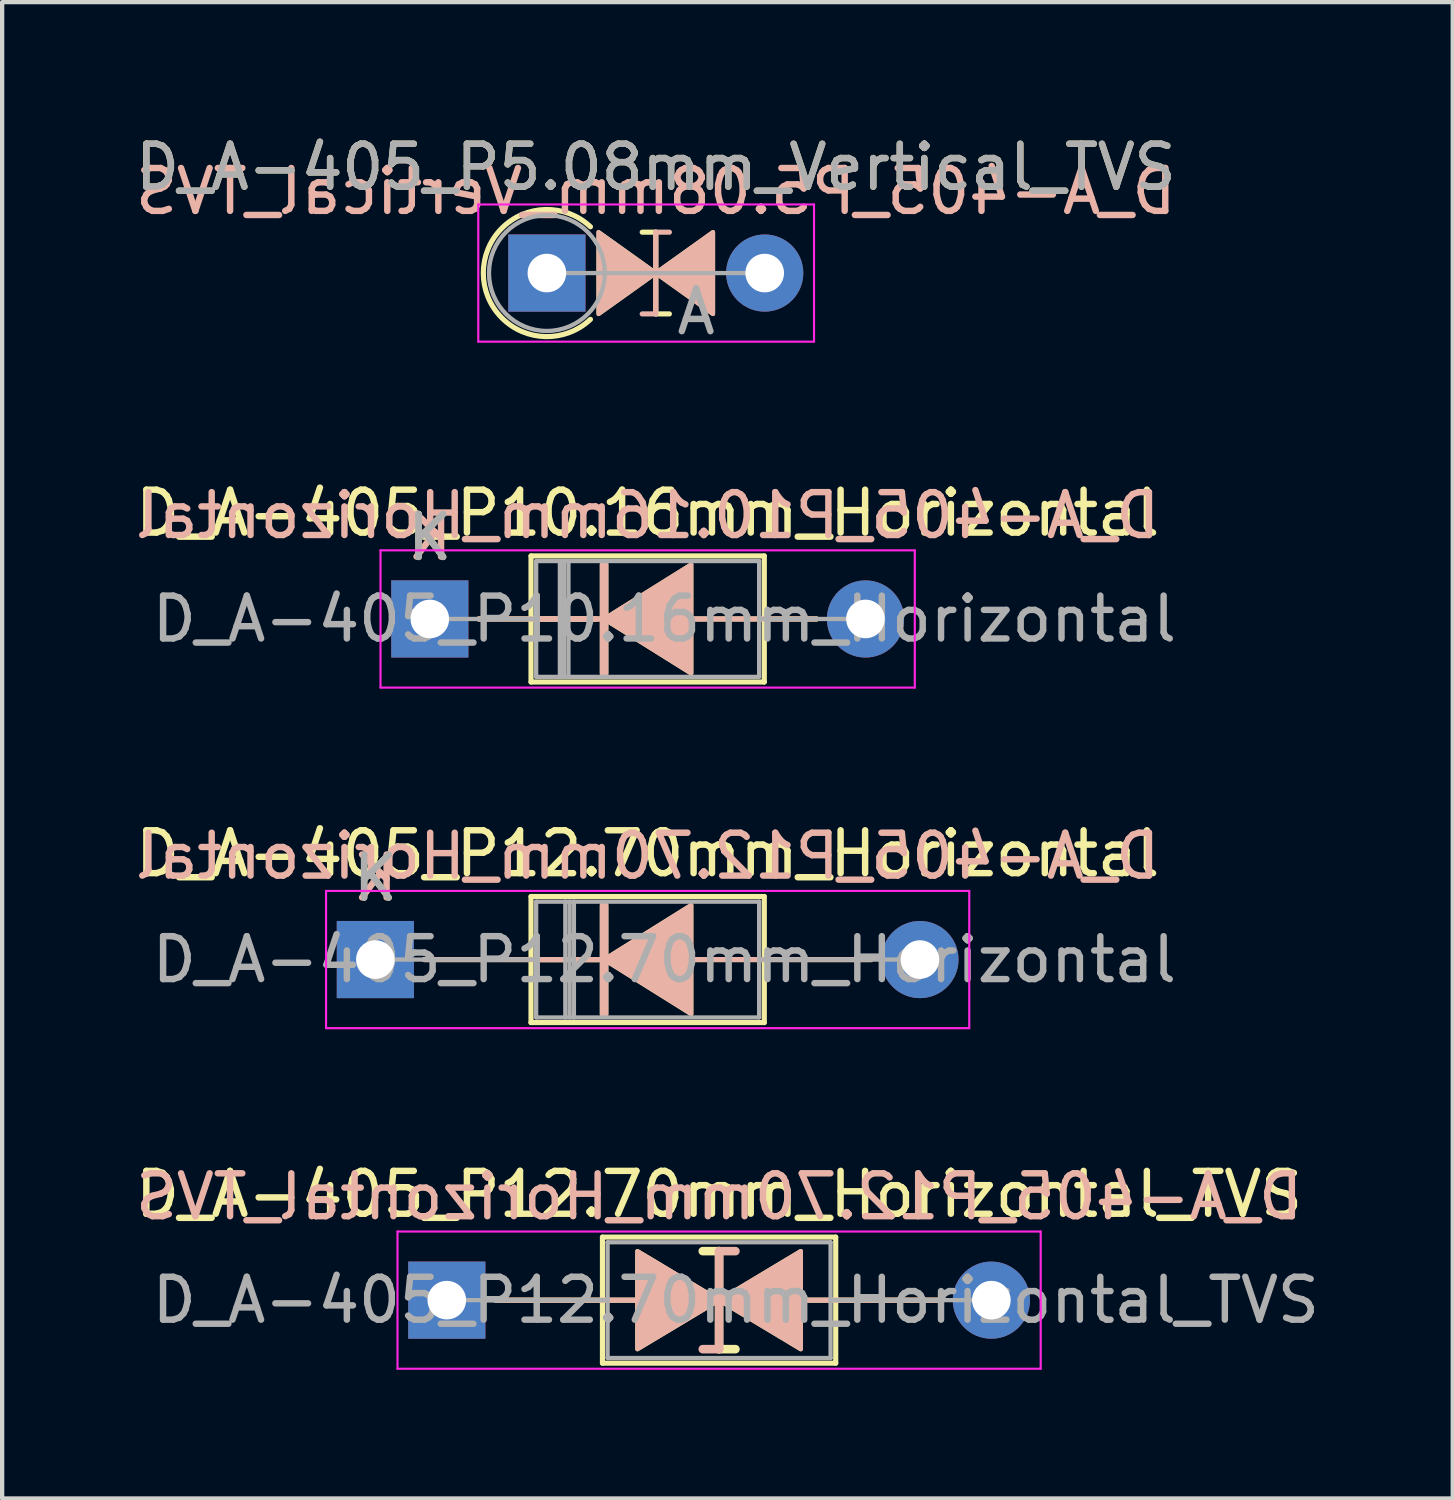
<source format=kicad_pcb>
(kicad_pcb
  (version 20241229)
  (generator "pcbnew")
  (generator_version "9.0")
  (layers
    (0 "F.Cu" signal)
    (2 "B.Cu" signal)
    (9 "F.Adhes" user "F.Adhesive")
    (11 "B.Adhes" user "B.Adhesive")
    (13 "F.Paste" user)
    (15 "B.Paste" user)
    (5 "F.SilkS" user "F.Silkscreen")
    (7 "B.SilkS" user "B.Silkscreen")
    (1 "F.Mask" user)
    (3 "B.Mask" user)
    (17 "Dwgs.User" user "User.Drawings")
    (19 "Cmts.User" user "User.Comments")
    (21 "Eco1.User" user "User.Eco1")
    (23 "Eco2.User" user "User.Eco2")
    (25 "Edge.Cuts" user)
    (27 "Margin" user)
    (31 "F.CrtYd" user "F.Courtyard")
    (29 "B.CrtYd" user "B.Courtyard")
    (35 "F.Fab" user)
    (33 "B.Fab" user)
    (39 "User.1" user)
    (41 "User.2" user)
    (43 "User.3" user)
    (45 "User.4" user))
  (footprint "D_A-405_P5.08mm_Vertical_TVS"
    (layer "F.Cu")
    (at 9.704 3.318)
    (property "Reference" "D_A-405_P5.08mm_Vertical_TVS" (at 2.54 -2.47 0) (layer "F.SilkS") (effects (font (size 1 1) (thickness 0.15))))
    (fp_line (start 2.223 -0.953) (end 2.54 -0.953) (stroke (width 0.12) (type solid)) (layer "F.SilkS"))
    (fp_line (start 2.54 -0.953) (end 2.54 0.953) (stroke (width 0.12) (type solid)) (layer "F.SilkS"))
    (fp_line (start 2.54 0.953) (end 2.857 0.953) (stroke (width 0.12) (type solid)) (layer "F.SilkS"))
    (fp_arc (start 1.016 1.0795) (mid -1.482422 0) (end 1.016 -1.0795) (stroke (width 0.12) (type solid)) (layer "F.SilkS"))
    (fp_poly (pts (xy 1.206 -0.953) (xy 2.54 0) (xy 1.206 0.953)) (stroke (width 0.1) (type solid)) (fill yes) (layer "F.SilkS"))
    (fp_poly (pts (xy 3.873 0.953) (xy 2.54 0) (xy 3.873 -0.953)) (stroke (width 0.1) (type solid)) (fill yes) (layer "F.SilkS"))
    (fp_line (start 2.223 0.953) (end 2.54 0.953) (stroke (width 0.12) (type solid)) (layer "B.SilkS"))
    (fp_line (start 2.54 -0.953) (end 2.857 -0.953) (stroke (width 0.12) (type solid)) (layer "B.SilkS"))
    (fp_line (start 2.54 0.953) (end 2.54 -0.953) (stroke (width 0.12) (type solid)) (layer "B.SilkS"))
    (fp_poly (pts (xy 1.206 0.953) (xy 2.54 0) (xy 1.206 -0.953)) (stroke (width 0.1) (type solid)) (fill yes) (layer "B.SilkS"))
    (fp_poly (pts (xy 3.873 -0.953) (xy 2.54 0) (xy 3.873 0.953)) (stroke (width 0.1) (type solid)) (fill yes) (layer "B.SilkS"))
    (fp_line (start -1.6 -1.6) (end -1.6 1.6) (stroke (width 0.05) (type solid)) (layer "F.CrtYd"))
    (fp_line (start -1.6 1.6) (end 6.23 1.6) (stroke (width 0.05) (type solid)) (layer "F.CrtYd"))
    (fp_line (start 6.23 -1.6) (end -1.6 -1.6) (stroke (width 0.05) (type solid)) (layer "F.CrtYd"))
    (fp_line (start 6.23 1.6) (end 6.23 -1.6) (stroke (width 0.05) (type solid)) (layer "F.CrtYd"))
    (fp_line (start 0 0) (end 5.08 0) (stroke (width 0.1) (type solid)) (layer "F.Fab"))
    (fp_circle (center 0 0) (end 1.35 0) (stroke (width 0.1) (type solid)) (fill no) (layer "F.Fab"))
    (fp_text user "${REFERENCE}" (at 2.54 -1.905 0) (layer "B.SilkS") (effects (font (size 1 1) (thickness 0.15)) (justify mirror)))
    (fp_text user "${REFERENCE}" (at 2.54 -2.47 0) (layer "F.Fab") (effects (font (size 1 1) (thickness 0.15))))
    (fp_text user "A" (at 3.48 0.9 0) (layer "F.Fab") (effects (font (size 1 1) (thickness 0.15))))
    (pad "1" thru_hole rect (at 0 0) (size 1.8 1.8) (drill 0.9) (layers "*.Cu" "*.Mask"))
    (pad "2" thru_hole oval (at 5.08 0) (size 1.8 1.8) (drill 0.9) (layers "*.Cu" "*.Mask")))
  (footprint "D_A-405_P12.70mm_Horizontal"
    (layer "F.Cu")
    (at 5.704 19.328)
    (property "Reference" "D_A-405_P12.70mm_Horizontal" (at 6.35 -2.47 0) (layer "F.SilkS") (effects (font (size 1 1) (thickness 0.15))))
    (fp_line (start 1.14 0) (end 3.63 0) (stroke (width 0.12) (type solid)) (layer "F.SilkS"))
    (fp_line (start 3.63 -1.47) (end 3.63 1.47) (stroke (width 0.12) (type solid)) (layer "F.SilkS"))
    (fp_line (start 3.63 0) (end 5.2 0) (stroke (width 0.12) (type solid)) (layer "F.SilkS"))
    (fp_line (start 3.63 1.47) (end 9.07 1.47) (stroke (width 0.12) (type solid)) (layer "F.SilkS"))
    (fp_line (start 5.334 -1.27) (end 5.334 1.27) (stroke (width 0.2) (type solid)) (layer "F.SilkS"))
    (fp_line (start 5.334 0) (end 3.8 0) (stroke (width 0.12) (type solid)) (layer "F.SilkS"))
    (fp_line (start 9.07 -1.47) (end 3.63 -1.47) (stroke (width 0.12) (type solid)) (layer "F.SilkS"))
    (fp_line (start 9.07 0) (end 7.429 0) (stroke (width 0.12) (type solid)) (layer "F.SilkS"))
    (fp_line (start 9.07 1.47) (end 9.07 -1.47) (stroke (width 0.12) (type solid)) (layer "F.SilkS"))
    (fp_line (start 11.56 0) (end 9.07 0) (stroke (width 0.12) (type solid)) (layer "F.SilkS"))
    (fp_poly (pts (xy 7.366 1.27) (xy 5.334 0) (xy 7.366 -1.27)) (stroke (width 0.1) (type solid)) (fill yes) (layer "F.SilkS"))
    (fp_line (start 1.14 0) (end 3.63 0) (stroke (width 0.12) (type solid)) (layer "B.SilkS"))
    (fp_line (start 3.63 0) (end 5.2 0) (stroke (width 0.12) (type solid)) (layer "B.SilkS"))
    (fp_line (start 5.334 0) (end 3.8 0) (stroke (width 0.12) (type solid)) (layer "B.SilkS"))
    (fp_line (start 5.334 1.27) (end 5.334 -1.27) (stroke (width 0.2) (type solid)) (layer "B.SilkS"))
    (fp_line (start 9.07 0) (end 7.429 0) (stroke (width 0.12) (type solid)) (layer "B.SilkS"))
    (fp_line (start 11.56 0) (end 9.07 0) (stroke (width 0.12) (type solid)) (layer "B.SilkS"))
    (fp_poly (pts (xy 7.366 -1.27) (xy 5.334 0) (xy 7.366 1.27)) (stroke (width 0.1) (type solid)) (fill yes) (layer "B.SilkS"))
    (fp_line (start -1.15 -1.6) (end -1.15 1.6) (stroke (width 0.05) (type solid)) (layer "F.CrtYd"))
    (fp_line (start -1.15 1.6) (end 13.85 1.6) (stroke (width 0.05) (type solid)) (layer "F.CrtYd"))
    (fp_line (start 13.85 -1.6) (end -1.15 -1.6) (stroke (width 0.05) (type solid)) (layer "F.CrtYd"))
    (fp_line (start 13.85 1.6) (end 13.85 -1.6) (stroke (width 0.05) (type solid)) (layer "F.CrtYd"))
    (fp_line (start 0 0) (end 3.75 0) (stroke (width 0.1) (type solid)) (layer "F.Fab"))
    (fp_line (start 3.75 -1.35) (end 3.75 1.35) (stroke (width 0.1) (type solid)) (layer "F.Fab"))
    (fp_line (start 3.75 1.35) (end 8.95 1.35) (stroke (width 0.1) (type solid)) (layer "F.Fab"))
    (fp_line (start 4.43 -1.35) (end 4.43 1.35) (stroke (width 0.1) (type solid)) (layer "F.Fab"))
    (fp_line (start 4.53 -1.35) (end 4.53 1.35) (stroke (width 0.1) (type solid)) (layer "F.Fab"))
    (fp_line (start 4.63 -1.35) (end 4.63 1.35) (stroke (width 0.1) (type solid)) (layer "F.Fab"))
    (fp_line (start 8.95 -1.35) (end 3.75 -1.35) (stroke (width 0.1) (type solid)) (layer "F.Fab"))
    (fp_line (start 8.95 1.35) (end 8.95 -1.35) (stroke (width 0.1) (type solid)) (layer "F.Fab"))
    (fp_line (start 12.7 0) (end 8.95 0) (stroke (width 0.1) (type solid)) (layer "F.Fab"))
    (fp_text user "K" (at 0 -1.9 0) (layer "F.SilkS") (effects (font (size 1 1) (thickness 0.15))))
    (fp_text user "${REFERENCE}" (at 6.35 -2.413 0) (layer "B.SilkS") (effects (font (size 1 1) (thickness 0.15)) (justify mirror)))
    (fp_text user "K" (at 0 -1.905 0) (layer "B.SilkS") (effects (font (size 1 1) (thickness 0.15)) (justify mirror)))
    (fp_text user "${REFERENCE}" (at 6.74 0 0) (layer "F.Fab") (effects (font (size 1 1) (thickness 0.15))))
    (fp_text user "K" (at 0 -1.9 0) (layer "F.Fab") (effects (font (size 1 1) (thickness 0.15))))
    (pad "1" thru_hole rect (at 0 0) (size 1.8 1.8) (drill 0.9) (layers "*.Cu" "*.Mask"))
    (pad "2" thru_hole oval (at 12.7 0) (size 1.8 1.8) (drill 0.9) (layers "*.Cu" "*.Mask")))
  (footprint "D_A-405_P10.16mm_Horizontal"
    (layer "F.Cu")
    (at 6.974 11.385)
    (property "Reference" "D_A-405_P10.16mm_Horizontal" (at 5.08 -2.47 0) (layer "F.SilkS") (effects (font (size 1 1) (thickness 0.15))))
    (fp_line (start 1.14 0) (end 2.36 0) (stroke (width 0.12) (type solid)) (layer "F.SilkS"))
    (fp_line (start 2.36 -1.47) (end 2.36 1.47) (stroke (width 0.12) (type solid)) (layer "F.SilkS"))
    (fp_line (start 2.36 1.47) (end 7.8 1.47) (stroke (width 0.12) (type solid)) (layer "F.SilkS"))
    (fp_line (start 2.54 0) (end 4.064 0) (stroke (width 0.12) (type solid)) (layer "F.SilkS"))
    (fp_line (start 3.87 0) (end 2.36 0) (stroke (width 0.12) (type solid)) (layer "F.SilkS"))
    (fp_line (start 4.064 -1.27) (end 4.064 1.27) (stroke (width 0.2) (type solid)) (layer "F.SilkS"))
    (fp_line (start 7.8 -1.47) (end 2.36 -1.47) (stroke (width 0.12) (type solid)) (layer "F.SilkS"))
    (fp_line (start 7.8 0) (end 6.096 0) (stroke (width 0.12) (type solid)) (layer "F.SilkS"))
    (fp_line (start 7.8 1.47) (end 7.8 -1.47) (stroke (width 0.12) (type solid)) (layer "F.SilkS"))
    (fp_line (start 9.02 0) (end 7.8 0) (stroke (width 0.12) (type solid)) (layer "F.SilkS"))
    (fp_poly (pts (xy 6.096 1.27) (xy 4.064 0) (xy 6.096 -1.27)) (stroke (width 0.1) (type solid)) (fill yes) (layer "F.SilkS"))
    (fp_line (start 1.14 0) (end 2.36 0) (stroke (width 0.12) (type solid)) (layer "B.SilkS"))
    (fp_line (start 2.54 0) (end 4.064 0) (stroke (width 0.12) (type solid)) (layer "B.SilkS"))
    (fp_line (start 3.87 0) (end 2.36 0) (stroke (width 0.12) (type solid)) (layer "B.SilkS"))
    (fp_line (start 4.064 1.27) (end 4.064 -1.27) (stroke (width 0.2) (type solid)) (layer "B.SilkS"))
    (fp_line (start 7.8 0) (end 6.096 0) (stroke (width 0.12) (type solid)) (layer "B.SilkS"))
    (fp_line (start 9.02 0) (end 7.8 0) (stroke (width 0.12) (type solid)) (layer "B.SilkS"))
    (fp_poly (pts (xy 6.096 -1.27) (xy 4.064 0) (xy 6.096 1.27)) (stroke (width 0.1) (type solid)) (fill yes) (layer "B.SilkS"))
    (fp_line (start -1.15 -1.6) (end -1.15 1.6) (stroke (width 0.05) (type solid)) (layer "F.CrtYd"))
    (fp_line (start -1.15 1.6) (end 11.31 1.6) (stroke (width 0.05) (type solid)) (layer "F.CrtYd"))
    (fp_line (start 11.31 -1.6) (end -1.15 -1.6) (stroke (width 0.05) (type solid)) (layer "F.CrtYd"))
    (fp_line (start 11.31 1.6) (end 11.31 -1.6) (stroke (width 0.05) (type solid)) (layer "F.CrtYd"))
    (fp_line (start 0 0) (end 2.48 0) (stroke (width 0.1) (type solid)) (layer "F.Fab"))
    (fp_line (start 2.48 -1.35) (end 2.48 1.35) (stroke (width 0.1) (type solid)) (layer "F.Fab"))
    (fp_line (start 2.48 1.35) (end 7.68 1.35) (stroke (width 0.1) (type solid)) (layer "F.Fab"))
    (fp_line (start 3.033 -1.35) (end 3.033 1.35) (stroke (width 0.1) (type solid)) (layer "F.Fab"))
    (fp_line (start 3.133 -1.35) (end 3.133 1.35) (stroke (width 0.1) (type solid)) (layer "F.Fab"))
    (fp_line (start 3.233 -1.35) (end 3.233 1.35) (stroke (width 0.1) (type solid)) (layer "F.Fab"))
    (fp_line (start 7.68 -1.35) (end 2.48 -1.35) (stroke (width 0.1) (type solid)) (layer "F.Fab"))
    (fp_line (start 7.68 1.35) (end 7.68 -1.35) (stroke (width 0.1) (type solid)) (layer "F.Fab"))
    (fp_line (start 10.16 0) (end 7.68 0) (stroke (width 0.1) (type solid)) (layer "F.Fab"))
    (fp_text user "K" (at 0 -1.905 0) (layer "F.SilkS") (effects (font (size 1 1) (thickness 0.15))))
    (fp_text user "K" (at 0 -1.91 0) (layer "B.SilkS") (effects (font (size 1 1) (thickness 0.15)) (justify mirror)))
    (fp_text user "${REFERENCE}" (at 5.08 -2.413 0) (layer "B.SilkS") (effects (font (size 1 1) (thickness 0.15)) (justify mirror)))
    (fp_text user "${REFERENCE}" (at 5.47 0 0) (layer "F.Fab") (effects (font (size 1 1) (thickness 0.15))))
    (fp_text user "K" (at 0 -1.9 0) (layer "F.Fab") (effects (font (size 1 1) (thickness 0.15))))
    (fp_text user "K" (at 0 -1.905 0) (layer "F.Fab") (effects (font (size 1 1) (thickness 0.15))))
    (pad "1" thru_hole rect (at 0 0) (size 1.8 1.8) (drill 0.9) (layers "*.Cu" "*.Mask"))
    (pad "2" thru_hole oval (at 10.16 0) (size 1.8 1.8) (drill 0.9) (layers "*.Cu" "*.Mask")))
  (footprint "D_A-405_P12.70mm_Horizontal_TVS"
    (layer "F.Cu")
    (at 7.37 27.271)
    (property "Reference" "D_A-405_P12.70mm_Horizontal_TVS" (at 6.35 -2.47 0) (layer "F.SilkS") (effects (font (size 1 1) (thickness 0.15))))
    (fp_line (start 1.14 0) (end 3.63 0) (stroke (width 0.12) (type solid)) (layer "F.SilkS"))
    (fp_line (start 3.63 -1.47) (end 3.63 1.47) (stroke (width 0.12) (type solid)) (layer "F.SilkS"))
    (fp_line (start 3.63 0) (end 4.445 0) (stroke (width 0.12) (type solid)) (layer "F.SilkS"))
    (fp_line (start 3.63 1.47) (end 9.07 1.47) (stroke (width 0.12) (type solid)) (layer "F.SilkS"))
    (fp_line (start 6.35 -1.143) (end 5.969 -1.143) (stroke (width 0.2) (type solid)) (layer "F.SilkS"))
    (fp_line (start 6.35 1.143) (end 6.35 -1.143) (stroke (width 0.2) (type solid)) (layer "F.SilkS"))
    (fp_line (start 6.731 1.143) (end 6.35 1.143) (stroke (width 0.2) (type solid)) (layer "F.SilkS"))
    (fp_line (start 9.07 -1.47) (end 3.63 -1.47) (stroke (width 0.12) (type solid)) (layer "F.SilkS"))
    (fp_line (start 9.07 0) (end 8.255 0) (stroke (width 0.12) (type solid)) (layer "F.SilkS"))
    (fp_line (start 9.07 1.47) (end 9.07 -1.47) (stroke (width 0.12) (type solid)) (layer "F.SilkS"))
    (fp_line (start 11.56 0) (end 9.07 0) (stroke (width 0.12) (type solid)) (layer "F.SilkS"))
    (fp_poly (pts (xy 6.35 0) (xy 4.445 1.143) (xy 4.445 -1.143)) (stroke (width 0.1) (type solid)) (fill yes) (layer "F.SilkS"))
    (fp_poly (pts (xy 6.35 0) (xy 8.255 -1.143) (xy 8.255 1.143)) (stroke (width 0.1) (type solid)) (fill yes) (layer "F.SilkS"))
    (fp_line (start 1.14 0) (end 3.63 0) (stroke (width 0.12) (type solid)) (layer "B.SilkS"))
    (fp_line (start 3.63 0) (end 4.445 0) (stroke (width 0.12) (type solid)) (layer "B.SilkS"))
    (fp_line (start 6.35 -1.143) (end 6.35 1.143) (stroke (width 0.2) (type solid)) (layer "B.SilkS"))
    (fp_line (start 6.35 1.143) (end 5.969 1.143) (stroke (width 0.2) (type solid)) (layer "B.SilkS"))
    (fp_line (start 6.731 -1.143) (end 6.35 -1.143) (stroke (width 0.2) (type solid)) (layer "B.SilkS"))
    (fp_line (start 9.07 0) (end 8.255 0) (stroke (width 0.12) (type solid)) (layer "B.SilkS"))
    (fp_line (start 11.56 0) (end 9.07 0) (stroke (width 0.12) (type solid)) (layer "B.SilkS"))
    (fp_poly (pts (xy 6.35 0) (xy 4.445 -1.143) (xy 4.445 1.143)) (stroke (width 0.1) (type solid)) (fill yes) (layer "B.SilkS"))
    (fp_poly (pts (xy 6.35 0) (xy 8.255 1.143) (xy 8.255 -1.143)) (stroke (width 0.1) (type solid)) (fill yes) (layer "B.SilkS"))
    (fp_line (start -1.15 -1.6) (end -1.15 1.6) (stroke (width 0.05) (type solid)) (layer "F.CrtYd"))
    (fp_line (start -1.15 1.6) (end 13.85 1.6) (stroke (width 0.05) (type solid)) (layer "F.CrtYd"))
    (fp_line (start 13.85 -1.6) (end -1.15 -1.6) (stroke (width 0.05) (type solid)) (layer "F.CrtYd"))
    (fp_line (start 13.85 1.6) (end 13.85 -1.6) (stroke (width 0.05) (type solid)) (layer "F.CrtYd"))
    (fp_line (start 0 0) (end 3.75 0) (stroke (width 0.1) (type solid)) (layer "F.Fab"))
    (fp_line (start 3.75 -1.35) (end 3.75 1.35) (stroke (width 0.1) (type solid)) (layer "F.Fab"))
    (fp_line (start 3.75 1.35) (end 8.95 1.35) (stroke (width 0.1) (type solid)) (layer "F.Fab"))
    (fp_line (start 8.95 -1.35) (end 3.75 -1.35) (stroke (width 0.1) (type solid)) (layer "F.Fab"))
    (fp_line (start 8.95 1.35) (end 8.95 -1.35) (stroke (width 0.1) (type solid)) (layer "F.Fab"))
    (fp_line (start 12.7 0) (end 8.95 0) (stroke (width 0.1) (type solid)) (layer "F.Fab"))
    (fp_text user "${REFERENCE}" (at 6.35 -2.413 0) (layer "B.SilkS") (effects (font (size 1 1) (thickness 0.15)) (justify mirror)))
    (fp_text user "${REFERENCE}" (at 6.74 0 0) (layer "F.Fab") (effects (font (size 1 1) (thickness 0.15))))
    (pad "1" thru_hole rect (at 0 0) (size 1.8 1.8) (drill 0.9) (layers "*.Cu" "*.Mask"))
    (pad "2" thru_hole oval (at 12.7 0) (size 1.8 1.8) (drill 0.9) (layers "*.Cu" "*.Mask")))
  (gr_rect
    (start -3 -3)
    (end 30.83 31.896)
    (stroke (width 0.1) (type default))
    (fill no)
    (layer "Edge.Cuts")))
</source>
